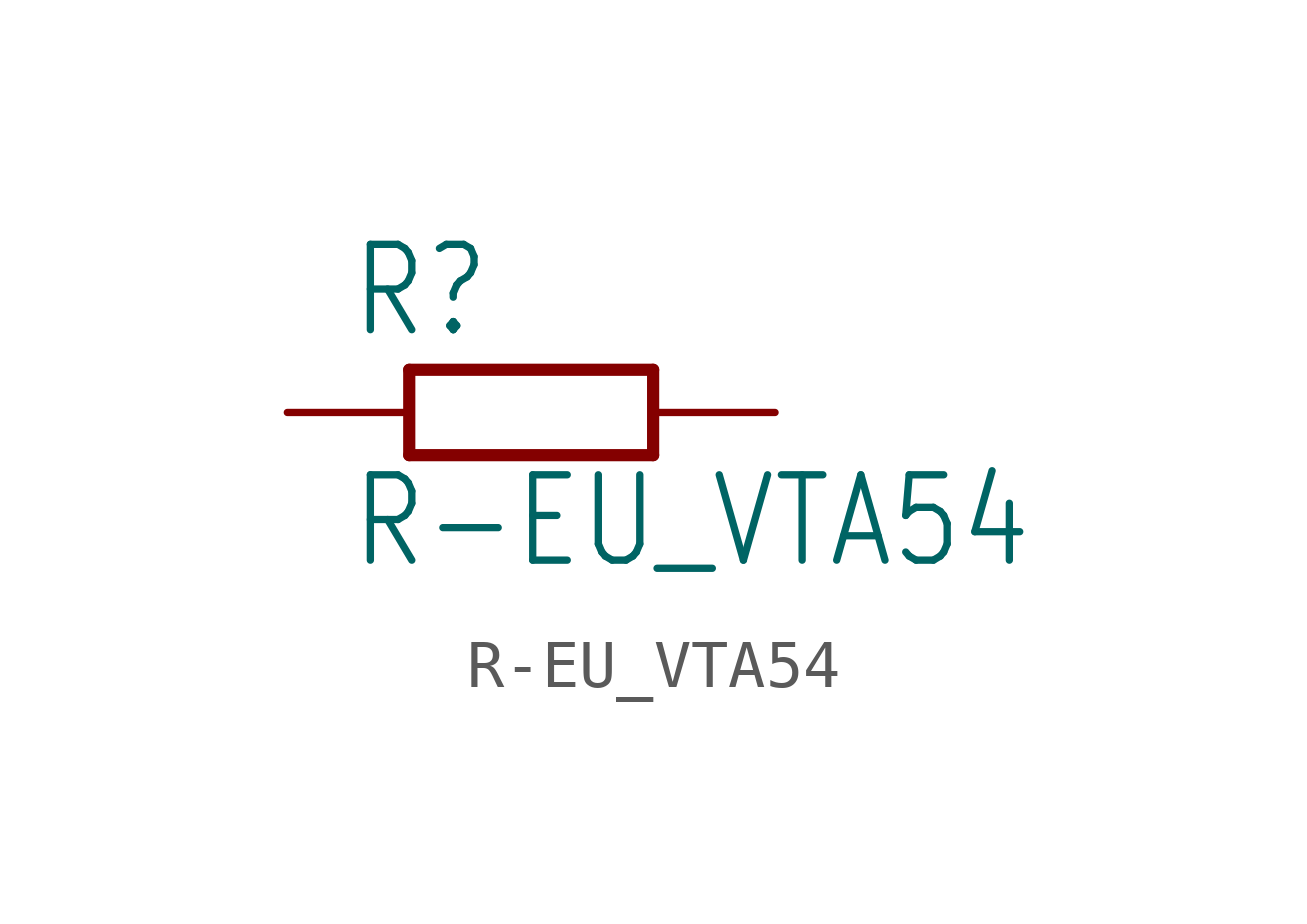
<source format=kicad_sym>
(kicad_symbol_lib
  (version 20211014)
  (generator kicad_symbol_editor)
  (symbol "R-EU_VTA54"
    (property "Reference" "R"
      (at -3.81 1.499 0)
      (effects (font (size 1.778 1.511)) (justify left bottom)))
    (property "Value" "R-EU_VTA54"
      (at -3.81 -3.302 0)
      (effects (font (size 1.778 1.511)) (justify left bottom)))
    (property "ki_locked" ""
      (at 0 0 0)
      (effects (font (size 1.27 1.27))))
    (symbol "R-EU_VTA54_1_0"
      (polyline (pts (xy -2.54 -0.889) (xy -2.54 0.889)) (stroke (width 0.254) (type default) (color 0 0 0 0)) (fill (type none)))
      (polyline (pts (xy -2.54 -0.889) (xy 2.54 -0.889)) (stroke (width 0.254) (type default) (color 0 0 0 0)) (fill (type none)))
      (polyline (pts (xy 2.54 -0.889) (xy 2.54 0.889)) (stroke (width 0.254) (type default) (color 0 0 0 0)) (fill (type none)))
      (polyline (pts (xy 2.54 0.889) (xy -2.54 0.889)) (stroke (width 0.254) (type default) (color 0 0 0 0)) (fill (type none)))
      (pin passive line (at -5.08 0 0) (length 2.54) (name "1" (effects (font (size 0 0)))) (number "1" (effects (font (size 0 0)))))
      (pin passive line (at 5.08 0 180) (length 2.54) (name "2" (effects (font (size 0 0)))) (number "2" (effects (font (size 0 0))))))))
</source>
